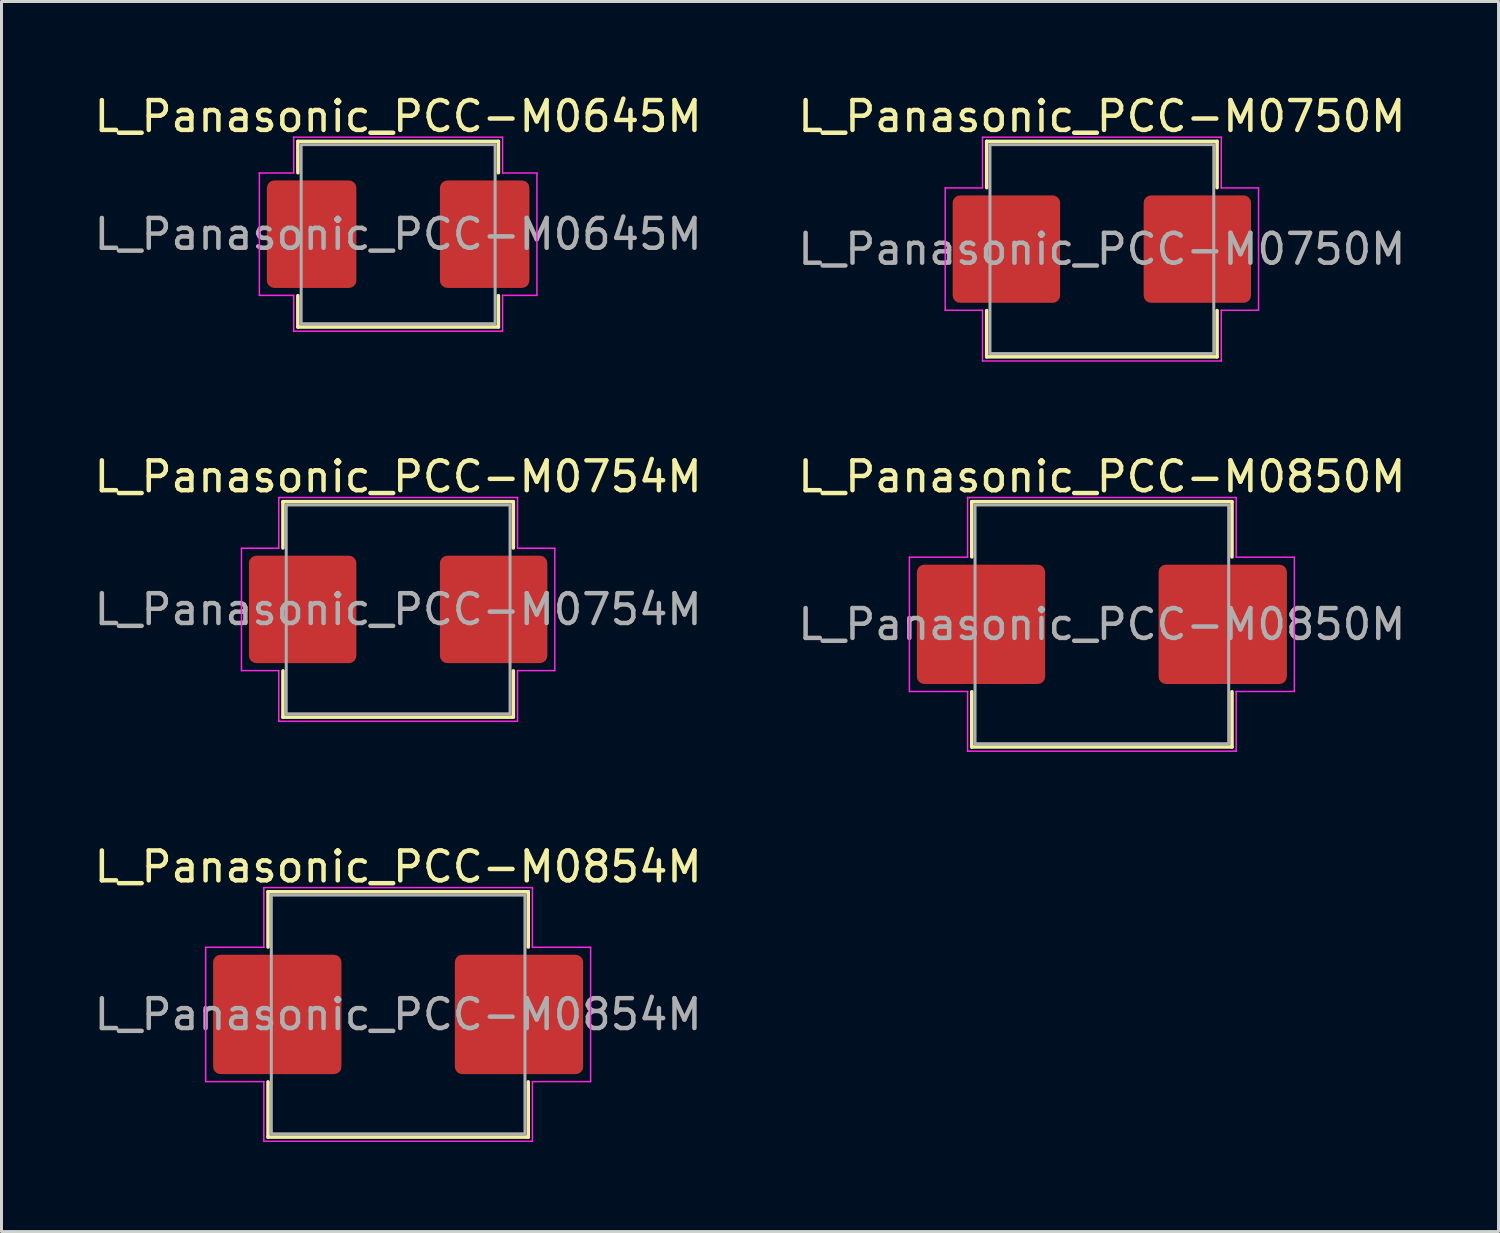
<source format=kicad_pcb>
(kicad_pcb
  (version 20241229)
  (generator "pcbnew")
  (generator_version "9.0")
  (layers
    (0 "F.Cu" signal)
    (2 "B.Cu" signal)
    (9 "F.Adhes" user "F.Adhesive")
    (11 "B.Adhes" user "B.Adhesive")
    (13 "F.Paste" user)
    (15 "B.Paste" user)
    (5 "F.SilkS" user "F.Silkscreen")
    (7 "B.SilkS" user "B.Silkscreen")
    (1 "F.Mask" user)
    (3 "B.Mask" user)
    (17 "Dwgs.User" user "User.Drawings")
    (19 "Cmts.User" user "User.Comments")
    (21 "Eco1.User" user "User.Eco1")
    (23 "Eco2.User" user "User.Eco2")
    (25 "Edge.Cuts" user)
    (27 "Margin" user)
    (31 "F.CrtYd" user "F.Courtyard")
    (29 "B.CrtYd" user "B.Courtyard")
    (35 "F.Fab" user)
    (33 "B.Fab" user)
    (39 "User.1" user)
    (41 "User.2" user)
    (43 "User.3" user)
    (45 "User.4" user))
  (footprint "L_Panasonic_PCC-M0850M"
    (layer "F.Cu")
    (at 33.875 17.872)
    (property "Reference" "L_Panasonic_PCC-M0850M" (at 0 -4.95 0) (layer "F.SilkS") (effects (font (size 1 1) (thickness 0.15))))
    (attr smd)
    (fp_line (start -4.36 -4.11) (end 4.36 -4.11) (stroke (width 0.12) (type solid)) (layer "F.SilkS"))
    (fp_line (start -4.36 -2.26) (end -4.36 -4.11) (stroke (width 0.12) (type solid)) (layer "F.SilkS"))
    (fp_line (start -4.36 4.11) (end -4.36 2.26) (stroke (width 0.12) (type solid)) (layer "F.SilkS"))
    (fp_line (start 4.36 -4.11) (end 4.36 -2.26) (stroke (width 0.12) (type solid)) (layer "F.SilkS"))
    (fp_line (start 4.36 2.26) (end 4.36 4.11) (stroke (width 0.12) (type solid)) (layer "F.SilkS"))
    (fp_line (start 4.36 4.11) (end -4.36 4.11) (stroke (width 0.12) (type solid)) (layer "F.SilkS"))
    (fp_line (start -6.45 -2.25) (end -4.5 -2.25) (stroke (width 0.05) (type solid)) (layer "F.CrtYd"))
    (fp_line (start -6.45 2.25) (end -6.45 -2.25) (stroke (width 0.05) (type solid)) (layer "F.CrtYd"))
    (fp_line (start -4.5 -4.25) (end 4.5 -4.25) (stroke (width 0.05) (type solid)) (layer "F.CrtYd"))
    (fp_line (start -4.5 -2.25) (end -4.5 -4.25) (stroke (width 0.05) (type solid)) (layer "F.CrtYd"))
    (fp_line (start -4.5 2.25) (end -6.45 2.25) (stroke (width 0.05) (type solid)) (layer "F.CrtYd"))
    (fp_line (start -4.5 4.25) (end -4.5 2.25) (stroke (width 0.05) (type solid)) (layer "F.CrtYd"))
    (fp_line (start 4.5 -4.25) (end 4.5 -2.25) (stroke (width 0.05) (type solid)) (layer "F.CrtYd"))
    (fp_line (start 4.5 -2.25) (end 6.45 -2.25) (stroke (width 0.05) (type solid)) (layer "F.CrtYd"))
    (fp_line (start 4.5 2.25) (end 4.5 4.25) (stroke (width 0.05) (type solid)) (layer "F.CrtYd"))
    (fp_line (start 4.5 4.25) (end -4.5 4.25) (stroke (width 0.05) (type solid)) (layer "F.CrtYd"))
    (fp_line (start 6.45 -2.25) (end 6.45 2.25) (stroke (width 0.05) (type solid)) (layer "F.CrtYd"))
    (fp_line (start 6.45 2.25) (end 4.5 2.25) (stroke (width 0.05) (type solid)) (layer "F.CrtYd"))
    (fp_rect (start -4.25 -4) (end 4.25 4) (stroke (width 0.1) (type solid)) (fill no) (layer "F.Fab"))
    (fp_text user "${REFERENCE}" (at 0 0 0) (layer "F.Fab") (effects (font (size 1 1) (thickness 0.15))))
    (pad "1" smd roundrect (at -4.05 0) (size 4.3 4) (layers "F.Cu" "F.Mask" "F.Paste") (roundrect_rratio 0.062))
    (pad "2" smd roundrect (at 4.05 0) (size 4.3 4) (layers "F.Cu" "F.Mask" "F.Paste") (roundrect_rratio 0.062)))
  (footprint "L_Panasonic_PCC-M0754M"
    (layer "F.Cu")
    (at 10.292 17.372)
    (property "Reference" "L_Panasonic_PCC-M0754M" (at 0 -4.45 0) (layer "F.SilkS") (effects (font (size 1 1) (thickness 0.15))))
    (attr smd)
    (fp_line (start -3.86 -3.61) (end 3.86 -3.61) (stroke (width 0.12) (type solid)) (layer "F.SilkS"))
    (fp_line (start -3.86 -2.06) (end -3.86 -3.61) (stroke (width 0.12) (type solid)) (layer "F.SilkS"))
    (fp_line (start -3.86 3.61) (end -3.86 2.06) (stroke (width 0.12) (type solid)) (layer "F.SilkS"))
    (fp_line (start 3.86 -3.61) (end 3.86 -2.06) (stroke (width 0.12) (type solid)) (layer "F.SilkS"))
    (fp_line (start 3.86 2.06) (end 3.86 3.61) (stroke (width 0.12) (type solid)) (layer "F.SilkS"))
    (fp_line (start 3.86 3.61) (end -3.86 3.61) (stroke (width 0.12) (type solid)) (layer "F.SilkS"))
    (fp_line (start -5.25 -2.05) (end -4 -2.05) (stroke (width 0.05) (type solid)) (layer "F.CrtYd"))
    (fp_line (start -5.25 2.05) (end -5.25 -2.05) (stroke (width 0.05) (type solid)) (layer "F.CrtYd"))
    (fp_line (start -4 -3.75) (end 4 -3.75) (stroke (width 0.05) (type solid)) (layer "F.CrtYd"))
    (fp_line (start -4 -2.05) (end -4 -3.75) (stroke (width 0.05) (type solid)) (layer "F.CrtYd"))
    (fp_line (start -4 2.05) (end -5.25 2.05) (stroke (width 0.05) (type solid)) (layer "F.CrtYd"))
    (fp_line (start -4 3.75) (end -4 2.05) (stroke (width 0.05) (type solid)) (layer "F.CrtYd"))
    (fp_line (start 4 -3.75) (end 4 -2.05) (stroke (width 0.05) (type solid)) (layer "F.CrtYd"))
    (fp_line (start 4 -2.05) (end 5.25 -2.05) (stroke (width 0.05) (type solid)) (layer "F.CrtYd"))
    (fp_line (start 4 2.05) (end 4 3.75) (stroke (width 0.05) (type solid)) (layer "F.CrtYd"))
    (fp_line (start 4 3.75) (end -4 3.75) (stroke (width 0.05) (type solid)) (layer "F.CrtYd"))
    (fp_line (start 5.25 -2.05) (end 5.25 2.05) (stroke (width 0.05) (type solid)) (layer "F.CrtYd"))
    (fp_line (start 5.25 2.05) (end 4 2.05) (stroke (width 0.05) (type solid)) (layer "F.CrtYd"))
    (fp_rect (start -3.75 -3.5) (end 3.75 3.5) (stroke (width 0.1) (type solid)) (fill no) (layer "F.Fab"))
    (fp_text user "${REFERENCE}" (at 0 0 0) (layer "F.Fab") (effects (font (size 1 1) (thickness 0.15))))
    (pad "1" smd roundrect (at -3.2 0) (size 3.6 3.6) (layers "F.Cu" "F.Mask" "F.Paste") (roundrect_rratio 0.069))
    (pad "2" smd roundrect (at 3.2 0) (size 3.6 3.6) (layers "F.Cu" "F.Mask" "F.Paste") (roundrect_rratio 0.069)))
  (footprint "L_Panasonic_PCC-M0645M"
    (layer "F.Cu")
    (at 10.292 4.798)
    (property "Reference" "L_Panasonic_PCC-M0645M" (at 0 -3.95 0) (layer "F.SilkS") (effects (font (size 1 1) (thickness 0.15))))
    (attr smd)
    (fp_line (start -3.36 -3.11) (end 3.36 -3.11) (stroke (width 0.12) (type solid)) (layer "F.SilkS"))
    (fp_line (start -3.36 -2.06) (end -3.36 -3.11) (stroke (width 0.12) (type solid)) (layer "F.SilkS"))
    (fp_line (start -3.36 3.11) (end -3.36 2.06) (stroke (width 0.12) (type solid)) (layer "F.SilkS"))
    (fp_line (start 3.36 -3.11) (end 3.36 -2.06) (stroke (width 0.12) (type solid)) (layer "F.SilkS"))
    (fp_line (start 3.36 2.06) (end 3.36 3.11) (stroke (width 0.12) (type solid)) (layer "F.SilkS"))
    (fp_line (start 3.36 3.11) (end -3.36 3.11) (stroke (width 0.12) (type solid)) (layer "F.SilkS"))
    (fp_line (start -4.65 -2.05) (end -3.5 -2.05) (stroke (width 0.05) (type solid)) (layer "F.CrtYd"))
    (fp_line (start -4.65 2.05) (end -4.65 -2.05) (stroke (width 0.05) (type solid)) (layer "F.CrtYd"))
    (fp_line (start -3.5 -3.25) (end 3.5 -3.25) (stroke (width 0.05) (type solid)) (layer "F.CrtYd"))
    (fp_line (start -3.5 -2.05) (end -3.5 -3.25) (stroke (width 0.05) (type solid)) (layer "F.CrtYd"))
    (fp_line (start -3.5 2.05) (end -4.65 2.05) (stroke (width 0.05) (type solid)) (layer "F.CrtYd"))
    (fp_line (start -3.5 3.25) (end -3.5 2.05) (stroke (width 0.05) (type solid)) (layer "F.CrtYd"))
    (fp_line (start 3.5 -3.25) (end 3.5 -2.05) (stroke (width 0.05) (type solid)) (layer "F.CrtYd"))
    (fp_line (start 3.5 -2.05) (end 4.65 -2.05) (stroke (width 0.05) (type solid)) (layer "F.CrtYd"))
    (fp_line (start 3.5 2.05) (end 3.5 3.25) (stroke (width 0.05) (type solid)) (layer "F.CrtYd"))
    (fp_line (start 3.5 3.25) (end -3.5 3.25) (stroke (width 0.05) (type solid)) (layer "F.CrtYd"))
    (fp_line (start 4.65 -2.05) (end 4.65 2.05) (stroke (width 0.05) (type solid)) (layer "F.CrtYd"))
    (fp_line (start 4.65 2.05) (end 3.5 2.05) (stroke (width 0.05) (type solid)) (layer "F.CrtYd"))
    (fp_rect (start -3.25 -3) (end 3.25 3) (stroke (width 0.1) (type solid)) (fill no) (layer "F.Fab"))
    (fp_text user "${REFERENCE}" (at 0 0 0) (layer "F.Fab") (effects (font (size 1 1) (thickness 0.15))))
    (pad "1" smd roundrect (at -2.9 0) (size 3 3.6) (layers "F.Cu" "F.Mask" "F.Paste") (roundrect_rratio 0.083))
    (pad "2" smd roundrect (at 2.9 0) (size 3 3.6) (layers "F.Cu" "F.Mask" "F.Paste") (roundrect_rratio 0.083)))
  (footprint "L_Panasonic_PCC-M0854M"
    (layer "F.Cu")
    (at 10.292 30.945)
    (property "Reference" "L_Panasonic_PCC-M0854M" (at 0 -4.95 0) (layer "F.SilkS") (effects (font (size 1 1) (thickness 0.15))))
    (attr smd)
    (fp_line (start -4.36 -4.11) (end 4.36 -4.11) (stroke (width 0.12) (type solid)) (layer "F.SilkS"))
    (fp_line (start -4.36 -2.26) (end -4.36 -4.11) (stroke (width 0.12) (type solid)) (layer "F.SilkS"))
    (fp_line (start -4.36 4.11) (end -4.36 2.26) (stroke (width 0.12) (type solid)) (layer "F.SilkS"))
    (fp_line (start 4.36 -4.11) (end 4.36 -2.26) (stroke (width 0.12) (type solid)) (layer "F.SilkS"))
    (fp_line (start 4.36 2.26) (end 4.36 4.11) (stroke (width 0.12) (type solid)) (layer "F.SilkS"))
    (fp_line (start 4.36 4.11) (end -4.36 4.11) (stroke (width 0.12) (type solid)) (layer "F.SilkS"))
    (fp_line (start -6.45 -2.25) (end -4.5 -2.25) (stroke (width 0.05) (type solid)) (layer "F.CrtYd"))
    (fp_line (start -6.45 2.25) (end -6.45 -2.25) (stroke (width 0.05) (type solid)) (layer "F.CrtYd"))
    (fp_line (start -4.5 -4.25) (end 4.5 -4.25) (stroke (width 0.05) (type solid)) (layer "F.CrtYd"))
    (fp_line (start -4.5 -2.25) (end -4.5 -4.25) (stroke (width 0.05) (type solid)) (layer "F.CrtYd"))
    (fp_line (start -4.5 2.25) (end -6.45 2.25) (stroke (width 0.05) (type solid)) (layer "F.CrtYd"))
    (fp_line (start -4.5 4.25) (end -4.5 2.25) (stroke (width 0.05) (type solid)) (layer "F.CrtYd"))
    (fp_line (start 4.5 -4.25) (end 4.5 -2.25) (stroke (width 0.05) (type solid)) (layer "F.CrtYd"))
    (fp_line (start 4.5 -2.25) (end 6.45 -2.25) (stroke (width 0.05) (type solid)) (layer "F.CrtYd"))
    (fp_line (start 4.5 2.25) (end 4.5 4.25) (stroke (width 0.05) (type solid)) (layer "F.CrtYd"))
    (fp_line (start 4.5 4.25) (end -4.5 4.25) (stroke (width 0.05) (type solid)) (layer "F.CrtYd"))
    (fp_line (start 6.45 -2.25) (end 6.45 2.25) (stroke (width 0.05) (type solid)) (layer "F.CrtYd"))
    (fp_line (start 6.45 2.25) (end 4.5 2.25) (stroke (width 0.05) (type solid)) (layer "F.CrtYd"))
    (fp_rect (start -4.25 -4) (end 4.25 4) (stroke (width 0.1) (type solid)) (fill no) (layer "F.Fab"))
    (fp_text user "${REFERENCE}" (at 0 0 0) (layer "F.Fab") (effects (font (size 1 1) (thickness 0.15))))
    (pad "1" smd roundrect (at -4.05 0) (size 4.3 4) (layers "F.Cu" "F.Mask" "F.Paste") (roundrect_rratio 0.062))
    (pad "2" smd roundrect (at 4.05 0) (size 4.3 4) (layers "F.Cu" "F.Mask" "F.Paste") (roundrect_rratio 0.062)))
  (footprint "L_Panasonic_PCC-M0750M"
    (layer "F.Cu")
    (at 33.875 5.298)
    (property "Reference" "L_Panasonic_PCC-M0750M" (at 0 -4.45 0) (layer "F.SilkS") (effects (font (size 1 1) (thickness 0.15))))
    (attr smd)
    (fp_line (start -3.86 -3.61) (end 3.86 -3.61) (stroke (width 0.12) (type solid)) (layer "F.SilkS"))
    (fp_line (start -3.86 -2.06) (end -3.86 -3.61) (stroke (width 0.12) (type solid)) (layer "F.SilkS"))
    (fp_line (start -3.86 3.61) (end -3.86 2.06) (stroke (width 0.12) (type solid)) (layer "F.SilkS"))
    (fp_line (start 3.86 -3.61) (end 3.86 -2.06) (stroke (width 0.12) (type solid)) (layer "F.SilkS"))
    (fp_line (start 3.86 2.06) (end 3.86 3.61) (stroke (width 0.12) (type solid)) (layer "F.SilkS"))
    (fp_line (start 3.86 3.61) (end -3.86 3.61) (stroke (width 0.12) (type solid)) (layer "F.SilkS"))
    (fp_line (start -5.25 -2.05) (end -4 -2.05) (stroke (width 0.05) (type solid)) (layer "F.CrtYd"))
    (fp_line (start -5.25 2.05) (end -5.25 -2.05) (stroke (width 0.05) (type solid)) (layer "F.CrtYd"))
    (fp_line (start -4 -3.75) (end 4 -3.75) (stroke (width 0.05) (type solid)) (layer "F.CrtYd"))
    (fp_line (start -4 -2.05) (end -4 -3.75) (stroke (width 0.05) (type solid)) (layer "F.CrtYd"))
    (fp_line (start -4 2.05) (end -5.25 2.05) (stroke (width 0.05) (type solid)) (layer "F.CrtYd"))
    (fp_line (start -4 3.75) (end -4 2.05) (stroke (width 0.05) (type solid)) (layer "F.CrtYd"))
    (fp_line (start 4 -3.75) (end 4 -2.05) (stroke (width 0.05) (type solid)) (layer "F.CrtYd"))
    (fp_line (start 4 -2.05) (end 5.25 -2.05) (stroke (width 0.05) (type solid)) (layer "F.CrtYd"))
    (fp_line (start 4 2.05) (end 4 3.75) (stroke (width 0.05) (type solid)) (layer "F.CrtYd"))
    (fp_line (start 4 3.75) (end -4 3.75) (stroke (width 0.05) (type solid)) (layer "F.CrtYd"))
    (fp_line (start 5.25 -2.05) (end 5.25 2.05) (stroke (width 0.05) (type solid)) (layer "F.CrtYd"))
    (fp_line (start 5.25 2.05) (end 4 2.05) (stroke (width 0.05) (type solid)) (layer "F.CrtYd"))
    (fp_rect (start -3.75 -3.5) (end 3.75 3.5) (stroke (width 0.1) (type solid)) (fill no) (layer "F.Fab"))
    (fp_text user "${REFERENCE}" (at 0 0 0) (layer "F.Fab") (effects (font (size 1 1) (thickness 0.15))))
    (pad "1" smd roundrect (at -3.2 0) (size 3.6 3.6) (layers "F.Cu" "F.Mask" "F.Paste") (roundrect_rratio 0.069))
    (pad "2" smd roundrect (at 3.2 0) (size 3.6 3.6) (layers "F.Cu" "F.Mask" "F.Paste") (roundrect_rratio 0.069)))
  (gr_rect
    (start -3 -3)
    (end 47.167 38.22)
    (stroke (width 0.1) (type default))
    (fill no)
    (layer "Edge.Cuts")))
</source>
